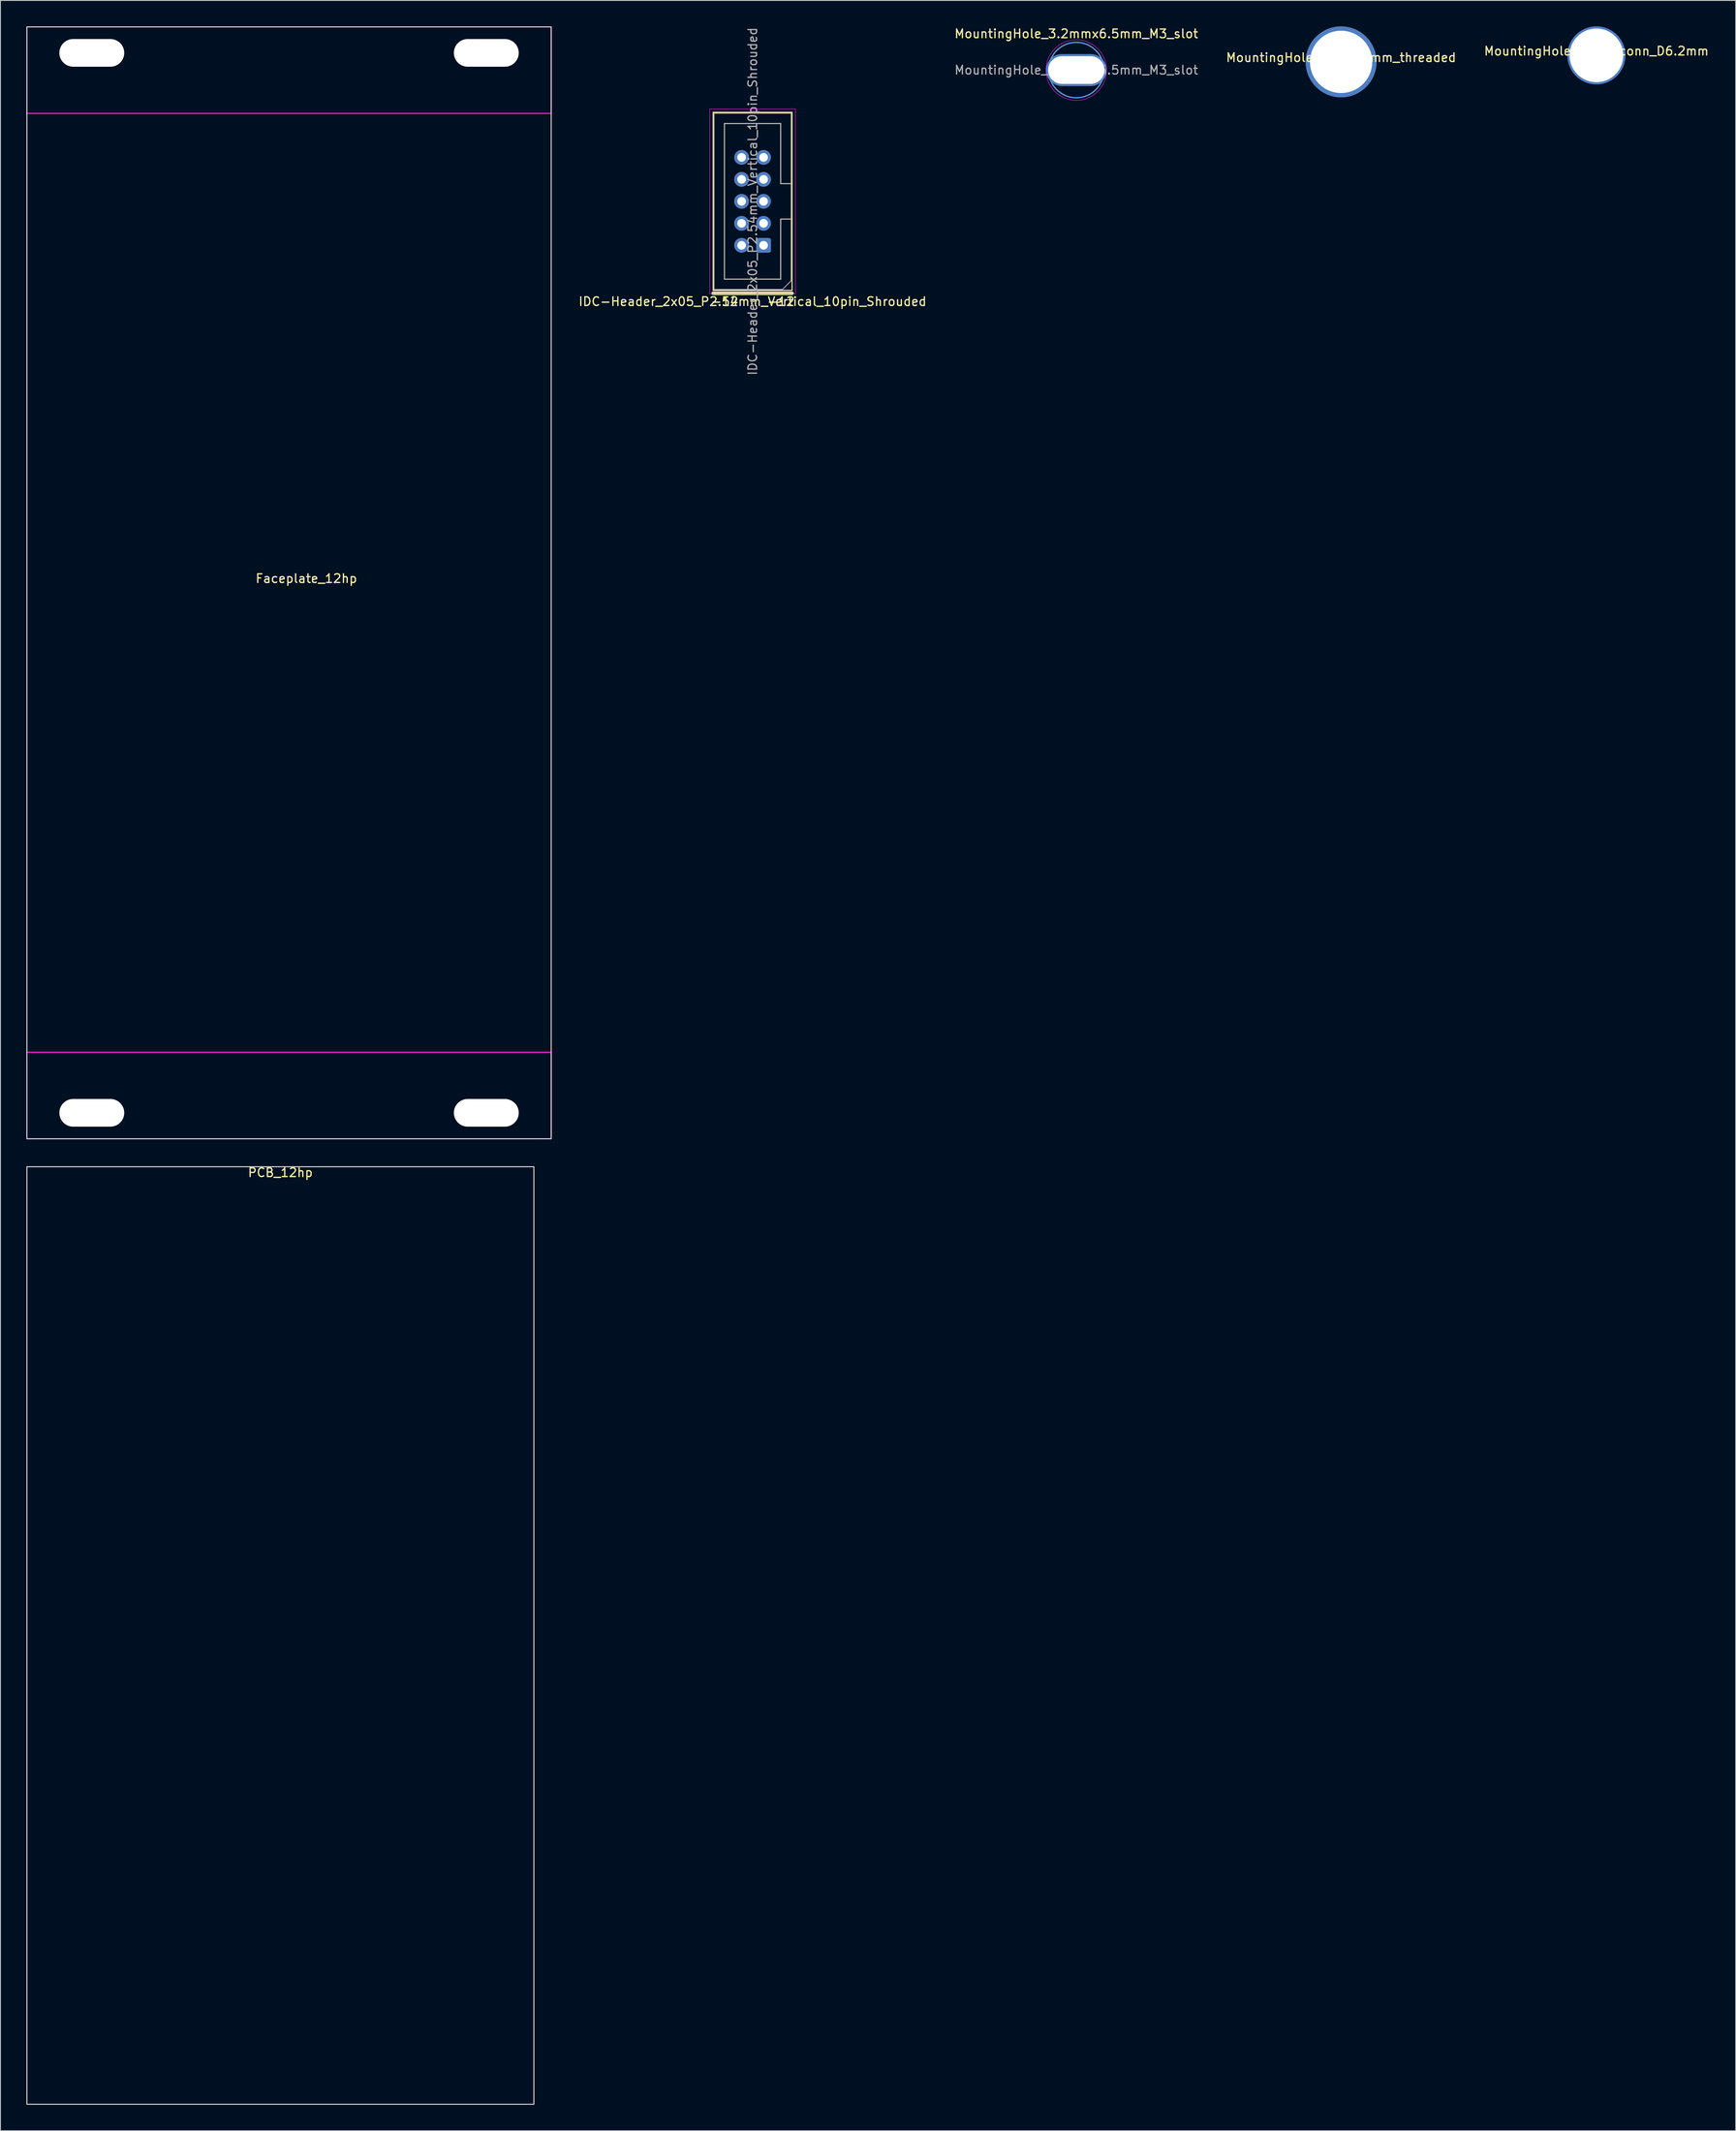
<source format=kicad_pcb>
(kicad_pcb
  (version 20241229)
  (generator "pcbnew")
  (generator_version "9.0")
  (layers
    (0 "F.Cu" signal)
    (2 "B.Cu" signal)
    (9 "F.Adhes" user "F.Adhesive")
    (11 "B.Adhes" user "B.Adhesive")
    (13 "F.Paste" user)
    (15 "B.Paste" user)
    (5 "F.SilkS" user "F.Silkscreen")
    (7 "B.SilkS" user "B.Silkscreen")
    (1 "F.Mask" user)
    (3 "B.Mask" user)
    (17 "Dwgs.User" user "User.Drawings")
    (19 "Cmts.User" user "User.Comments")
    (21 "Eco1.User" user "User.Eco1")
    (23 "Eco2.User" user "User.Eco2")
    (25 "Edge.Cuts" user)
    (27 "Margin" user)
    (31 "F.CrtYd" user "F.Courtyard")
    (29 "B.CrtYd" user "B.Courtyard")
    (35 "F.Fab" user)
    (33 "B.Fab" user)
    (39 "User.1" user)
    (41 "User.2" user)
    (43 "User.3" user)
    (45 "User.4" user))
  (footprint "MountingHole_Alpha_9mm_threaded"
    (layer "F.Cu")
    (at 151.964 4.1)
    (property "Reference" "MountingHole_Alpha_9mm_threaded" (at 0 -0.5 0) (unlocked yes) (layer "F.SilkS") (effects (font (size 1 1) (thickness 0.15))))
    (attr board_only exclude_from_pos_files exclude_from_bom)
    (pad "" thru_hole circle (at 0 0) (size 8.2 8.2) (drill 7.2) (layers "*.Cu" "*.Mask")))
  (footprint "PCB_12hp"
    (layer "F.Cu")
    (at 29.36 185.968)
    (property "Reference" "PCB_12hp" (at 0 -53.5 0) (unlocked yes) (layer "F.SilkS") (effects (font (size 1 1) (thickness 0.15))))
    (attr board_only exclude_from_pos_files exclude_from_bom)
    (fp_rect (start -29.3 -54.175) (end 29.3 54.175) (stroke (width 0.12) (type solid)) (fill no) (layer "Edge.Cuts")))
  (footprint "MountingHole_3.2mmx6.5mm_M3_slot"
    (layer "F.Cu")
    (at 121.357 5.048)
    (property "Reference" "MountingHole_3.2mmx6.5mm_M3_slot" (at 0 -4.2 0) (layer "F.SilkS") (effects (font (size 1 1) (thickness 0.15))))
    (attr exclude_from_pos_files exclude_from_bom)
    (fp_circle (center 0 0) (end 3.2 0) (stroke (width 0.15) (type solid)) (fill no) (layer "Cmts.User"))
    (fp_circle (center 0 0) (end 3.5 0) (stroke (width 0.05) (type solid)) (fill no) (layer "F.CrtYd"))
    (fp_text user "${REFERENCE}" (at 0 0 0) (layer "F.Fab") (effects (font (size 1 1) (thickness 0.15))))
    (pad "" thru_hole oval (at 0 0) (size 7 3.7) (drill oval 6.5 3.2) (layers "*.Cu" "*.Mask")))
  (footprint "IDC-Header_2x05_P2.54mm_Vertical_10pin_Shrouded"
    (layer "F.Cu")
    (at 82.67 25.3)
    (property "Reference" "IDC-Header_2x05_P2.54mm_Vertical_10pin_Shrouded" (at 1.27 6.5 180) (layer "F.SilkS") (effects (font (size 1 1) (thickness 0.15))))
    (attr through_hole)
    (fp_line (start -3.29 -15.37) (end 5.83 -15.37) (stroke (width 0.12) (type solid)) (layer "F.SilkS"))
    (fp_line (start -3.29 5.21) (end -3.29 -15.37) (stroke (width 0.12) (type solid)) (layer "F.SilkS"))
    (fp_line (start -1.98 -14.07) (end 4.52 -14.07) (stroke (width 0.12) (type solid)) (layer "F.SilkS"))
    (fp_line (start -1.98 3.91) (end -1.98 -14.07) (stroke (width 0.12) (type solid)) (layer "F.SilkS"))
    (fp_line (start 4.52 -14.07) (end 4.52 -7.13) (stroke (width 0.12) (type solid)) (layer "F.SilkS"))
    (fp_line (start 4.52 -7.13) (end 4.52 -7.13) (stroke (width 0.12) (type solid)) (layer "F.SilkS"))
    (fp_line (start 4.52 -7.13) (end 5.83 -7.13) (stroke (width 0.12) (type solid)) (layer "F.SilkS"))
    (fp_line (start 4.52 -3.03) (end 4.52 3.91) (stroke (width 0.12) (type solid)) (layer "F.SilkS"))
    (fp_line (start 4.52 3.91) (end -1.98 3.91) (stroke (width 0.12) (type solid)) (layer "F.SilkS"))
    (fp_line (start 5.83 -15.37) (end 5.83 5.21) (stroke (width 0.12) (type solid)) (layer "F.SilkS"))
    (fp_line (start 5.83 -3.03) (end 4.52 -3.03) (stroke (width 0.12) (type solid)) (layer "F.SilkS"))
    (fp_line (start 5.83 5.21) (end -3.29 5.21) (stroke (width 0.12) (type solid)) (layer "F.SilkS"))
    (fp_line (start 5.83 5.55) (end -3.29 5.55) (stroke (width 0.4) (type solid)) (layer "F.SilkS"))
    (fp_line (start -3.68 -15.76) (end -3.68 5.6) (stroke (width 0.05) (type solid)) (layer "F.CrtYd"))
    (fp_line (start -3.68 5.6) (end 6.22 5.6) (stroke (width 0.05) (type solid)) (layer "F.CrtYd"))
    (fp_line (start 6.22 -15.76) (end -3.68 -15.76) (stroke (width 0.05) (type solid)) (layer "F.CrtYd"))
    (fp_line (start 6.22 5.6) (end 6.22 -15.76) (stroke (width 0.05) (type solid)) (layer "F.CrtYd"))
    (fp_line (start -3.18 -15.26) (end 5.72 -15.26) (stroke (width 0.1) (type solid)) (layer "F.Fab"))
    (fp_line (start -3.18 5.1) (end -3.18 -15.26) (stroke (width 0.1) (type solid)) (layer "F.Fab"))
    (fp_line (start -1.98 -14.07) (end 4.52 -14.07) (stroke (width 0.1) (type solid)) (layer "F.Fab"))
    (fp_line (start -1.98 3.91) (end -1.98 -14.07) (stroke (width 0.1) (type solid)) (layer "F.Fab"))
    (fp_line (start 4.52 -14.07) (end 4.52 -7.13) (stroke (width 0.1) (type solid)) (layer "F.Fab"))
    (fp_line (start 4.52 -7.13) (end 4.52 -7.13) (stroke (width 0.1) (type solid)) (layer "F.Fab"))
    (fp_line (start 4.52 -7.13) (end 5.72 -7.13) (stroke (width 0.1) (type solid)) (layer "F.Fab"))
    (fp_line (start 4.52 -3.03) (end 4.52 3.91) (stroke (width 0.1) (type solid)) (layer "F.Fab"))
    (fp_line (start 4.52 3.91) (end -1.98 3.91) (stroke (width 0.1) (type solid)) (layer "F.Fab"))
    (fp_line (start 4.72 5.1) (end -3.18 5.1) (stroke (width 0.1) (type solid)) (layer "F.Fab"))
    (fp_line (start 5.72 -15.26) (end 5.72 4.1) (stroke (width 0.1) (type solid)) (layer "F.Fab"))
    (fp_line (start 5.72 -3.03) (end 4.52 -3.03) (stroke (width 0.1) (type solid)) (layer "F.Fab"))
    (fp_line (start 5.72 4.1) (end 4.72 5.1) (stroke (width 0.1) (type solid)) (layer "F.Fab"))
    (fp_text user "-12" (at 4.54 6.5 0) (unlocked yes) (layer "F.SilkS") (effects (font (size 1 1) (thickness 0.15))))
    (fp_text user "-12" (at -1.96 6.5 0) (unlocked yes) (layer "F.SilkS") (effects (font (size 1 1) (thickness 0.15))))
    (fp_text user "${REFERENCE}" (at 1.27 -5.08 270) (layer "F.Fab") (effects (font (size 1 1) (thickness 0.15))))
    (pad "1" thru_hole roundrect (at 2.54 0 180) (size 1.7 1.7) (drill 1) (layers "*.Cu" "*.Mask") (roundrect_rratio 0.147))
    (pad "2" thru_hole circle (at 0 0 180) (size 1.7 1.7) (drill 1) (layers "*.Cu" "*.Mask"))
    (pad "3" thru_hole circle (at 2.54 -2.54 180) (size 1.7 1.7) (drill 1) (layers "*.Cu" "*.Mask"))
    (pad "4" thru_hole circle (at 0 -2.54 180) (size 1.7 1.7) (drill 1) (layers "*.Cu" "*.Mask"))
    (pad "5" thru_hole circle (at 2.54 -5.08 180) (size 1.7 1.7) (drill 1) (layers "*.Cu" "*.Mask"))
    (pad "6" thru_hole circle (at 0 -5.08 180) (size 1.7 1.7) (drill 1) (layers "*.Cu" "*.Mask"))
    (pad "7" thru_hole circle (at 2.54 -7.62 180) (size 1.7 1.7) (drill 1) (layers "*.Cu" "*.Mask"))
    (pad "8" thru_hole circle (at 0 -7.62 180) (size 1.7 1.7) (drill 1) (layers "*.Cu" "*.Mask"))
    (pad "9" thru_hole circle (at 2.54 -10.16 180) (size 1.7 1.7) (drill 1) (layers "*.Cu" "*.Mask"))
    (pad "10" thru_hole circle (at 0 -10.16 180) (size 1.7 1.7) (drill 1) (layers "*.Cu" "*.Mask")))
  (footprint "MountingHole_Thonkiconn_D6.2mm"
    (layer "F.Cu")
    (at 181.476 3.35)
    (property "Reference" "MountingHole_Thonkiconn_D6.2mm" (at 0 -0.5 0) (unlocked yes) (layer "F.SilkS") (effects (font (size 1 1) (thickness 0.15))))
    (attr board_only exclude_from_pos_files exclude_from_bom)
    (pad "" thru_hole circle (at 0 0) (size 6.7 6.7) (drill 6.2) (layers "*.Cu" "*.Mask")))
  (footprint "Faceplate_12hp"
    (layer "F.Cu")
    (at 30.36 64.31)
    (property "Reference" "Faceplate_12hp" (at 2 -0.5 0) (unlocked yes) (layer "F.SilkS") (effects (font (size 1 1) (thickness 0.15))))
    (attr board_only exclude_from_pos_files exclude_from_bom)
    (fp_rect (start -30.3 -64.25) (end 30.3 64.25) (stroke (width 0.12) (type solid)) (fill no) (layer "Edge.Cuts"))
    (fp_rect (start -30.3 -64.25) (end 30.3 -54.25) (stroke (width 0.12) (type solid)) (fill no) (layer "F.CrtYd"))
    (fp_rect (start -30.3 54.25) (end 30.3 64.25) (stroke (width 0.12) (type solid)) (fill no) (layer "F.CrtYd"))
    (fp_rect (start 30.2 -47.25) (end 30.2 -47.25) (stroke (width 0.12) (type solid)) (fill no) (layer "F.CrtYd"))
    (pad "" np_thru_hole oval (at -22.8 -61.25) (size 7.5 3.2) (drill oval 7.5 3.2) (layers "*.Cu" "*.Mask"))
    (pad "" np_thru_hole oval (at -22.8 61.25) (size 7.5 3.2) (drill oval 7.5 3.2) (layers "*.Cu" "*.Mask"))
    (pad "" np_thru_hole oval (at 22.8 -61.25) (size 7.5 3.2) (drill oval 7.5 3.2) (layers "*.Cu" "*.Mask"))
    (pad "" np_thru_hole oval (at 22.8 61.25) (size 7.5 3.2) (drill oval 7.5 3.2) (layers "*.Cu" "*.Mask")))
  (gr_rect
    (start -3 -3)
    (end 197.577 243.203)
    (stroke (width 0.1) (type default))
    (fill no)
    (layer "Edge.Cuts")))
</source>
